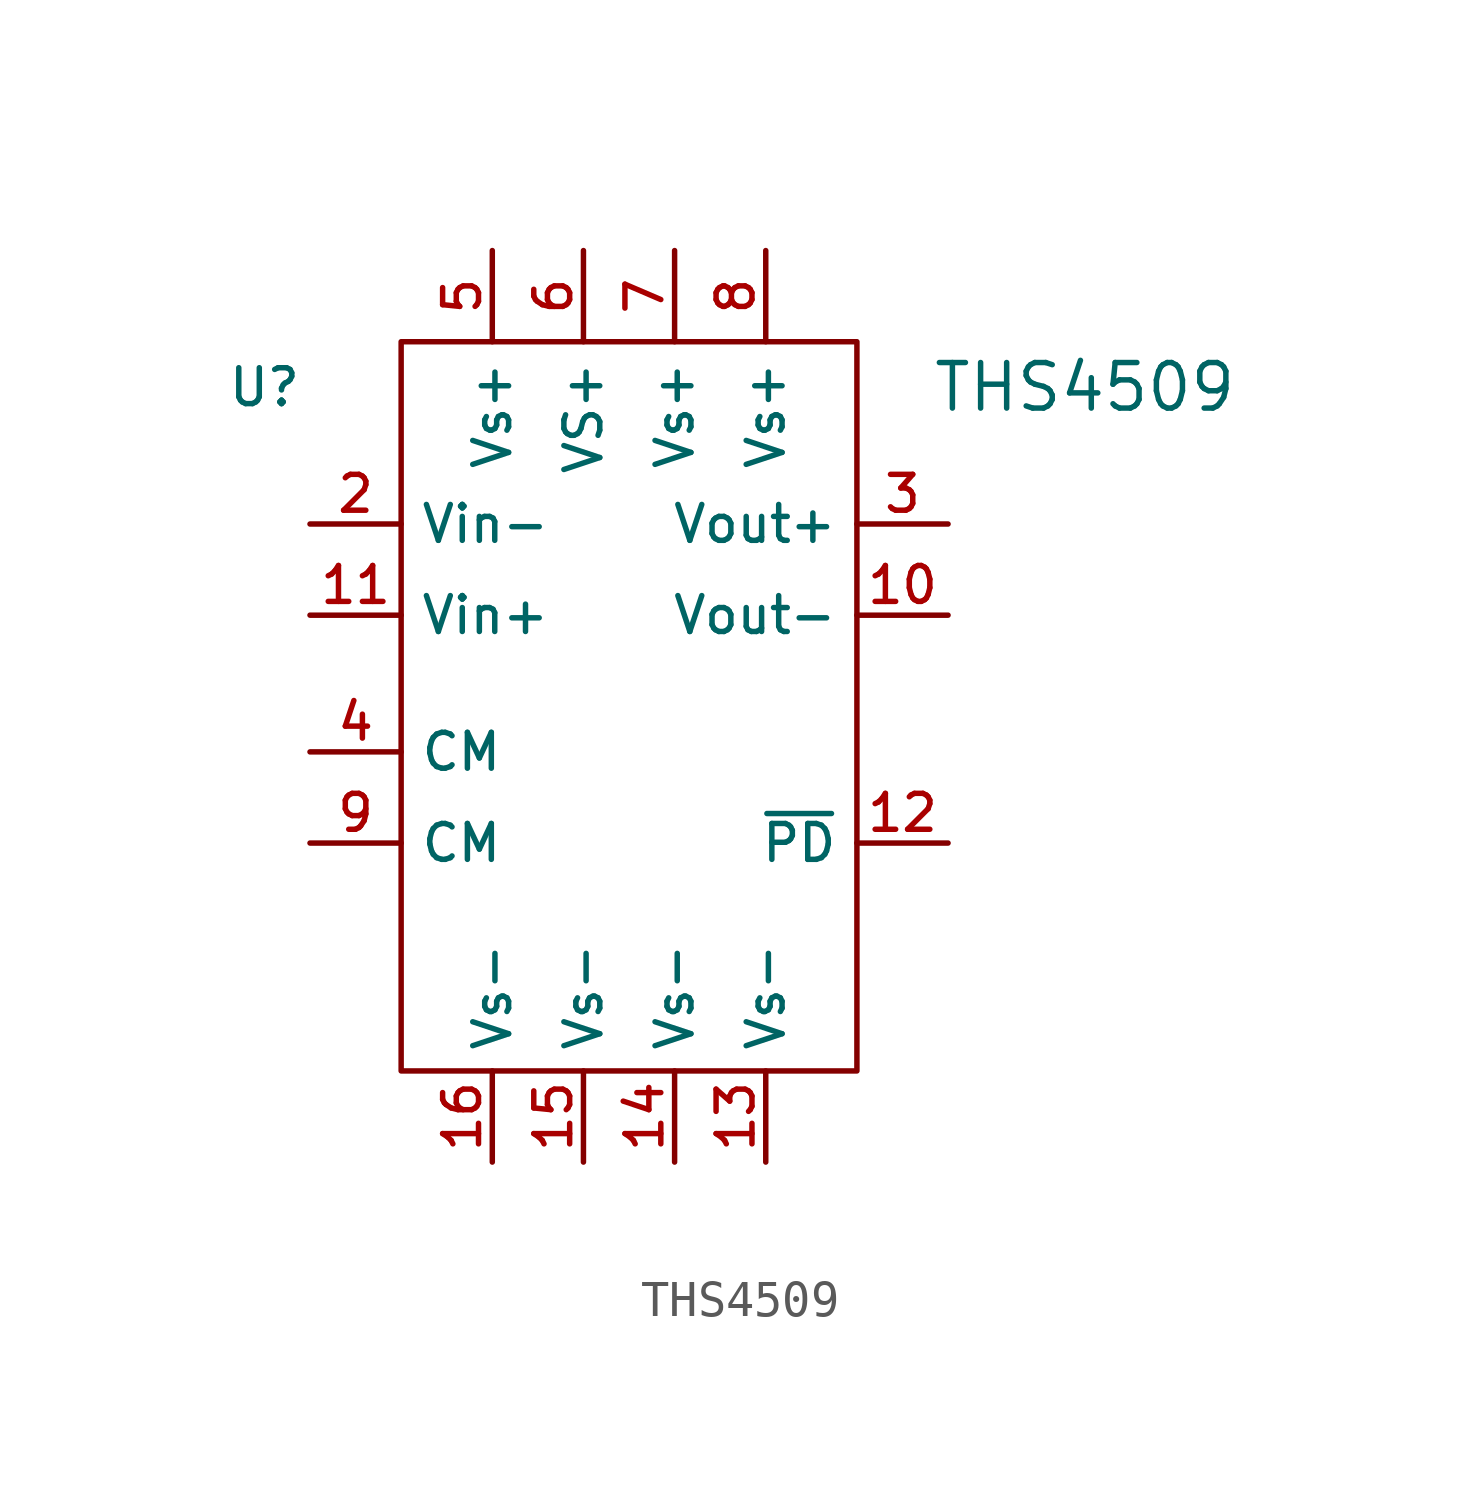
<source format=kicad_sym>
(kicad_symbol_lib
  (version 20220914)
  (generator kicad_symbol_editor)
  (symbol "THS4509"
    (property "Reference" "U"
      (at -10.16 5.08 0)
      (effects (font (size 1 1))))
    (property "Value" "THS4509"
      (at 12.7 5.08 0)
      (effects (font (size 1.27 1.27))))
    (symbol "THS4509_0_1"
      (rectangle (start -6.35 6.35) (end 6.35 -13.97) (stroke (width 0) (type default)) (fill (type none))))
    (symbol "THS4509_1_1"
      (pin output line (at 8.89 -1.27 180) (length 2.54) (name "Vout-" (effects (font (size 1 1)))) (number "10" (effects (font (size 1 1)))))
      (pin input line (at -8.89 -1.27 0) (length 2.54) (name "Vin+" (effects (font (size 1 1)))) (number "11" (effects (font (size 1 1)))))
      (pin input line (at 8.89 -7.62 180) (length 2.54) (name "~{PD}" (effects (font (size 1 1)))) (number "12" (effects (font (size 1 1)))))
      (pin power_in line (at 3.81 -16.51 90) (length 2.54) (name "Vs-" (effects (font (size 1 1)))) (number "13" (effects (font (size 1 1)))))
      (pin power_in line (at 1.27 -16.51 90) (length 2.54) (name "Vs-" (effects (font (size 1 1)))) (number "14" (effects (font (size 1 1)))))
      (pin power_in line (at -1.27 -16.51 90) (length 2.54) (name "Vs-" (effects (font (size 1 1)))) (number "15" (effects (font (size 1 1)))))
      (pin power_in line (at -3.81 -16.51 90) (length 2.54) (name "Vs-" (effects (font (size 1 1)))) (number "16" (effects (font (size 1 1)))))
      (pin input line (at -8.89 1.27 0) (length 2.54) (name "Vin-" (effects (font (size 1 1)))) (number "2" (effects (font (size 1 1)))))
      (pin output line (at 8.89 1.27 180) (length 2.54) (name "Vout+" (effects (font (size 1 1)))) (number "3" (effects (font (size 1 1)))))
      (pin input line (at -8.89 -5.08 0) (length 2.54) (name "CM" (effects (font (size 1 1)))) (number "4" (effects (font (size 1 1)))))
      (pin power_in line (at -3.81 8.89 270) (length 2.54) (name "Vs+" (effects (font (size 1 1)))) (number "5" (effects (font (size 1 1)))))
      (pin power_in line (at -1.27 8.89 270) (length 2.54) (name "VS+" (effects (font (size 1 1)))) (number "6" (effects (font (size 1 1)))))
      (pin power_in line (at 1.27 8.89 270) (length 2.54) (name "Vs+" (effects (font (size 1 1)))) (number "7" (effects (font (size 1 1)))))
      (pin power_in line (at 3.81 8.89 270) (length 2.54) (name "Vs+" (effects (font (size 1 1)))) (number "8" (effects (font (size 1 1)))))
      (pin input line (at -8.89 -7.62 0) (length 2.54) (name "CM" (effects (font (size 1 1)))) (number "9" (effects (font (size 1 1))))))))
</source>
